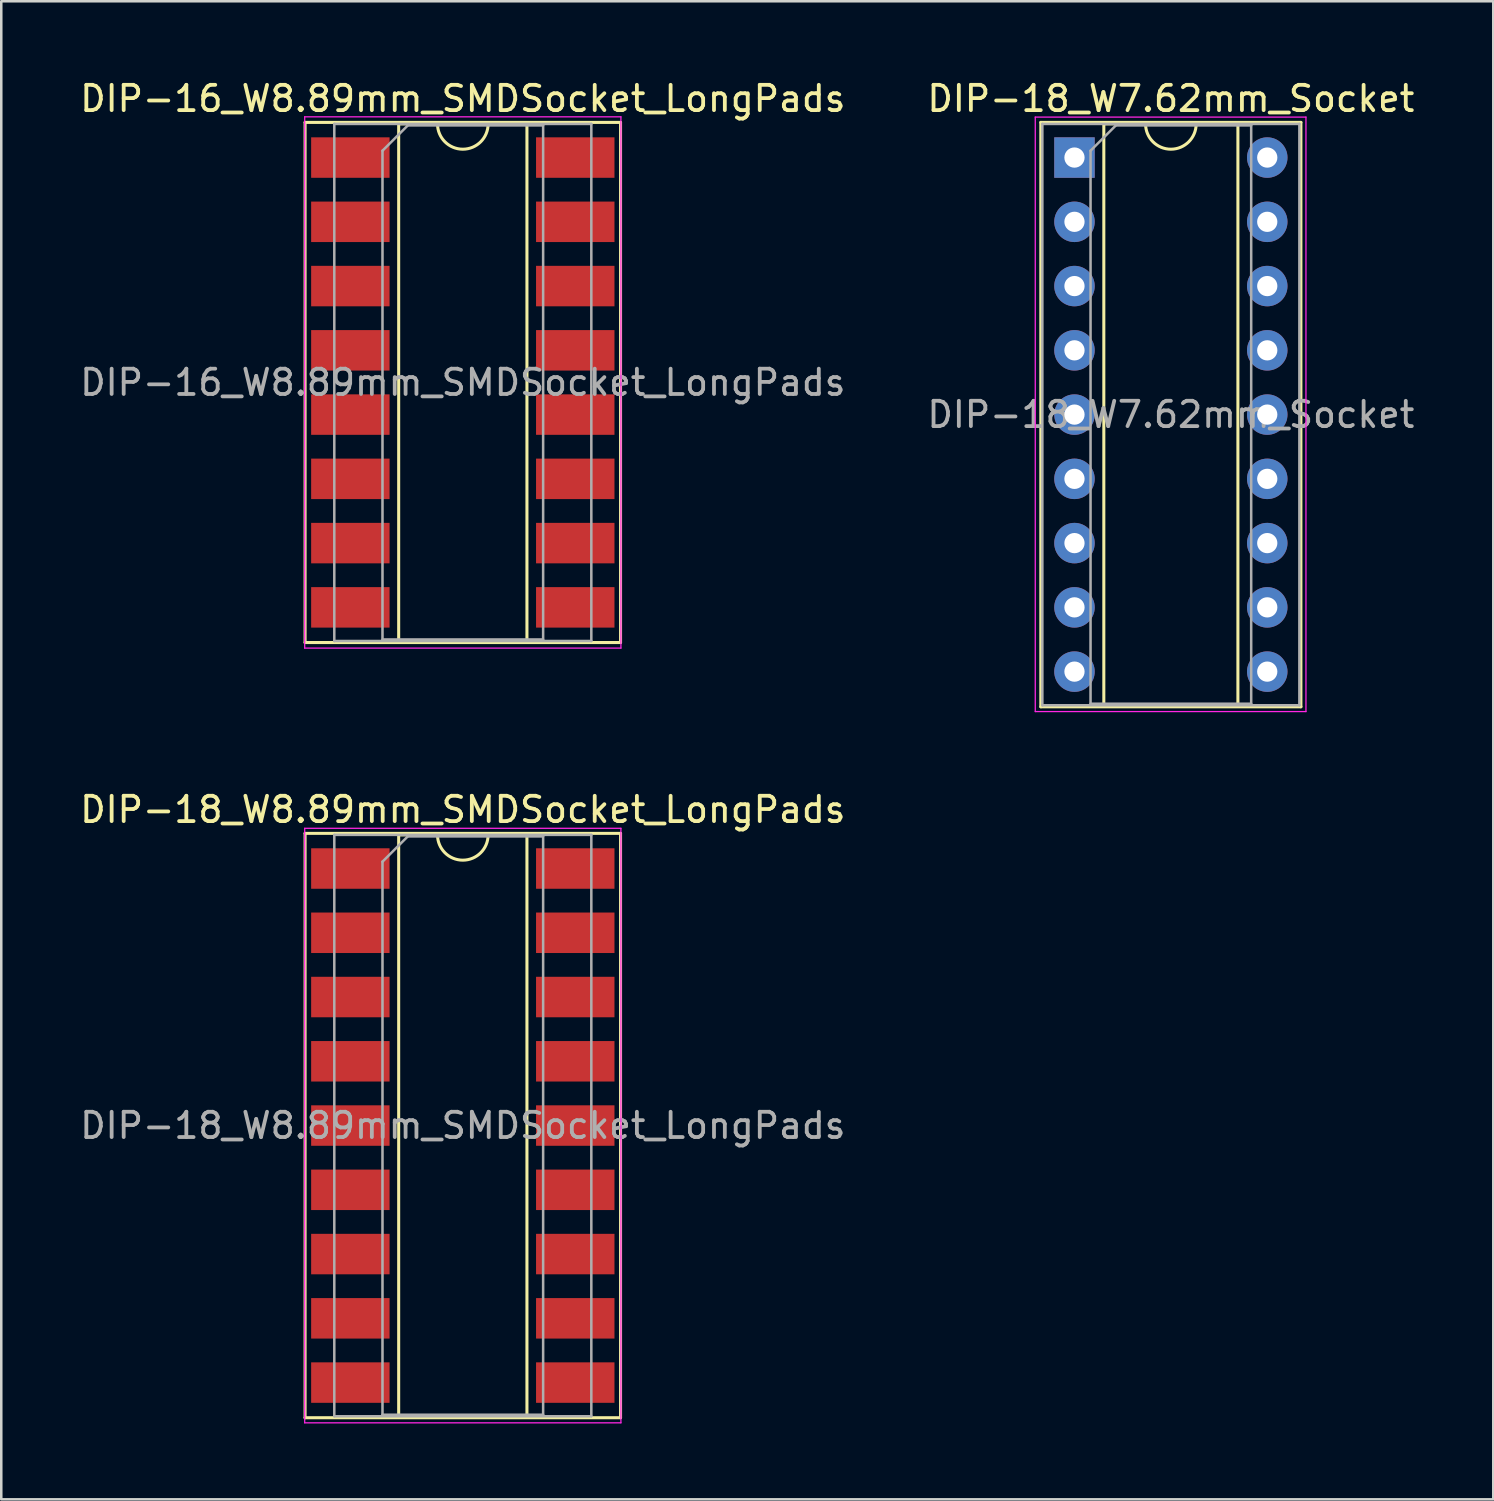
<source format=kicad_pcb>
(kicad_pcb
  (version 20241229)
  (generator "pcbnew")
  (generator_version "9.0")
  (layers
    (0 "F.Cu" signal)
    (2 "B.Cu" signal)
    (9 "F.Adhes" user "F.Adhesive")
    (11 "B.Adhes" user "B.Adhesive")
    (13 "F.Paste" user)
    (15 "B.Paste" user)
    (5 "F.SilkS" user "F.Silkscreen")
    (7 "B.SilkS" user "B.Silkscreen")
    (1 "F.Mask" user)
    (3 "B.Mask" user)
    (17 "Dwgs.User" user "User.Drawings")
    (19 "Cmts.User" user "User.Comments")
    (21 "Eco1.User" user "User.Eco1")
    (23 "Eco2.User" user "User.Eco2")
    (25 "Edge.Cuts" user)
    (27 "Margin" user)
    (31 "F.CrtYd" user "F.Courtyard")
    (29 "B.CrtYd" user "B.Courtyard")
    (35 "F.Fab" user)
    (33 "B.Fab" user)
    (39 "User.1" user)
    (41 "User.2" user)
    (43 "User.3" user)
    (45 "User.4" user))
  (footprint "DIP-16_W8.89mm_SMDSocket_LongPads"
    (layer "F.Cu")
    (at 15.244 12.068)
    (property "Reference" "DIP-16_W8.89mm_SMDSocket_LongPads" (at 0 -11.22 0) (layer "F.SilkS") (effects (font (size 1 1) (thickness 0.15))))
    (attr smd)
    (fp_line (start -6.235 -10.28) (end -6.235 10.28) (stroke (width 0.12) (type solid)) (layer "F.SilkS"))
    (fp_line (start -6.235 10.28) (end 6.235 10.28) (stroke (width 0.12) (type solid)) (layer "F.SilkS"))
    (fp_line (start -2.535 -10.22) (end -2.535 10.22) (stroke (width 0.12) (type solid)) (layer "F.SilkS"))
    (fp_line (start -2.535 10.22) (end 2.535 10.22) (stroke (width 0.12) (type solid)) (layer "F.SilkS"))
    (fp_line (start -1 -10.22) (end -2.535 -10.22) (stroke (width 0.12) (type solid)) (layer "F.SilkS"))
    (fp_line (start 2.535 -10.22) (end 1 -10.22) (stroke (width 0.12) (type solid)) (layer "F.SilkS"))
    (fp_line (start 2.535 10.22) (end 2.535 -10.22) (stroke (width 0.12) (type solid)) (layer "F.SilkS"))
    (fp_line (start 6.235 -10.28) (end -6.235 -10.28) (stroke (width 0.12) (type solid)) (layer "F.SilkS"))
    (fp_line (start 6.235 10.28) (end 6.235 -10.28) (stroke (width 0.12) (type solid)) (layer "F.SilkS"))
    (fp_arc (start 1 -10.22) (mid 0 -9.22) (end -1 -10.22) (stroke (width 0.12) (type solid)) (layer "F.SilkS"))
    (fp_line (start -6.25 -10.5) (end -6.25 10.5) (stroke (width 0.05) (type solid)) (layer "F.CrtYd"))
    (fp_line (start -6.25 10.5) (end 6.25 10.5) (stroke (width 0.05) (type solid)) (layer "F.CrtYd"))
    (fp_line (start 6.25 -10.5) (end -6.25 -10.5) (stroke (width 0.05) (type solid)) (layer "F.CrtYd"))
    (fp_line (start 6.25 10.5) (end 6.25 -10.5) (stroke (width 0.05) (type solid)) (layer "F.CrtYd"))
    (fp_line (start -5.08 -10.22) (end -5.08 10.22) (stroke (width 0.1) (type solid)) (layer "F.Fab"))
    (fp_line (start -5.08 10.22) (end 5.08 10.22) (stroke (width 0.1) (type solid)) (layer "F.Fab"))
    (fp_line (start -3.175 -9.16) (end -2.175 -10.16) (stroke (width 0.1) (type solid)) (layer "F.Fab"))
    (fp_line (start -3.175 10.16) (end -3.175 -9.16) (stroke (width 0.1) (type solid)) (layer "F.Fab"))
    (fp_line (start -2.175 -10.16) (end 3.175 -10.16) (stroke (width 0.1) (type solid)) (layer "F.Fab"))
    (fp_line (start 3.175 -10.16) (end 3.175 10.16) (stroke (width 0.1) (type solid)) (layer "F.Fab"))
    (fp_line (start 3.175 10.16) (end -3.175 10.16) (stroke (width 0.1) (type solid)) (layer "F.Fab"))
    (fp_line (start 5.08 -10.22) (end -5.08 -10.22) (stroke (width 0.1) (type solid)) (layer "F.Fab"))
    (fp_line (start 5.08 10.22) (end 5.08 -10.22) (stroke (width 0.1) (type solid)) (layer "F.Fab"))
    (fp_text user "${REFERENCE}" (at 0 0 0) (layer "F.Fab") (effects (font (size 1 1) (thickness 0.15))))
    (pad "1" smd rect (at -4.445 -8.89) (size 3.1 1.6) (layers "F.Cu" "F.Mask" "F.Paste"))
    (pad "2" smd rect (at -4.445 -6.35) (size 3.1 1.6) (layers "F.Cu" "F.Mask" "F.Paste"))
    (pad "3" smd rect (at -4.445 -3.81) (size 3.1 1.6) (layers "F.Cu" "F.Mask" "F.Paste"))
    (pad "4" smd rect (at -4.445 -1.27) (size 3.1 1.6) (layers "F.Cu" "F.Mask" "F.Paste"))
    (pad "5" smd rect (at -4.445 1.27) (size 3.1 1.6) (layers "F.Cu" "F.Mask" "F.Paste"))
    (pad "6" smd rect (at -4.445 3.81) (size 3.1 1.6) (layers "F.Cu" "F.Mask" "F.Paste"))
    (pad "7" smd rect (at -4.445 6.35) (size 3.1 1.6) (layers "F.Cu" "F.Mask" "F.Paste"))
    (pad "8" smd rect (at -4.445 8.89) (size 3.1 1.6) (layers "F.Cu" "F.Mask" "F.Paste"))
    (pad "9" smd rect (at 4.445 8.89) (size 3.1 1.6) (layers "F.Cu" "F.Mask" "F.Paste"))
    (pad "10" smd rect (at 4.445 6.35) (size 3.1 1.6) (layers "F.Cu" "F.Mask" "F.Paste"))
    (pad "11" smd rect (at 4.445 3.81) (size 3.1 1.6) (layers "F.Cu" "F.Mask" "F.Paste"))
    (pad "12" smd rect (at 4.445 1.27) (size 3.1 1.6) (layers "F.Cu" "F.Mask" "F.Paste"))
    (pad "13" smd rect (at 4.445 -1.27) (size 3.1 1.6) (layers "F.Cu" "F.Mask" "F.Paste"))
    (pad "14" smd rect (at 4.445 -3.81) (size 3.1 1.6) (layers "F.Cu" "F.Mask" "F.Paste"))
    (pad "15" smd rect (at 4.445 -6.35) (size 3.1 1.6) (layers "F.Cu" "F.Mask" "F.Paste"))
    (pad "16" smd rect (at 4.445 -8.89) (size 3.1 1.6) (layers "F.Cu" "F.Mask" "F.Paste")))
  (footprint "DIP-18_W7.62mm_Socket"
    (layer "F.Cu")
    (at 39.422 3.178)
    (property "Reference" "DIP-18_W7.62mm_Socket" (at 3.81 -2.33 0) (layer "F.SilkS") (effects (font (size 1 1) (thickness 0.15))))
    (attr through_hole)
    (fp_line (start -1.33 -1.39) (end -1.33 21.71) (stroke (width 0.12) (type solid)) (layer "F.SilkS"))
    (fp_line (start -1.33 21.71) (end 8.95 21.71) (stroke (width 0.12) (type solid)) (layer "F.SilkS"))
    (fp_line (start 1.16 -1.33) (end 1.16 21.65) (stroke (width 0.12) (type solid)) (layer "F.SilkS"))
    (fp_line (start 1.16 21.65) (end 6.46 21.65) (stroke (width 0.12) (type solid)) (layer "F.SilkS"))
    (fp_line (start 2.81 -1.33) (end 1.16 -1.33) (stroke (width 0.12) (type solid)) (layer "F.SilkS"))
    (fp_line (start 6.46 -1.33) (end 4.81 -1.33) (stroke (width 0.12) (type solid)) (layer "F.SilkS"))
    (fp_line (start 6.46 21.65) (end 6.46 -1.33) (stroke (width 0.12) (type solid)) (layer "F.SilkS"))
    (fp_line (start 8.95 -1.39) (end -1.33 -1.39) (stroke (width 0.12) (type solid)) (layer "F.SilkS"))
    (fp_line (start 8.95 21.71) (end 8.95 -1.39) (stroke (width 0.12) (type solid)) (layer "F.SilkS"))
    (fp_arc (start 4.81 -1.33) (mid 3.81 -0.33) (end 2.81 -1.33) (stroke (width 0.12) (type solid)) (layer "F.SilkS"))
    (fp_line (start -1.55 -1.6) (end -1.55 21.9) (stroke (width 0.05) (type solid)) (layer "F.CrtYd"))
    (fp_line (start -1.55 21.9) (end 9.15 21.9) (stroke (width 0.05) (type solid)) (layer "F.CrtYd"))
    (fp_line (start 9.15 -1.6) (end -1.55 -1.6) (stroke (width 0.05) (type solid)) (layer "F.CrtYd"))
    (fp_line (start 9.15 21.9) (end 9.15 -1.6) (stroke (width 0.05) (type solid)) (layer "F.CrtYd"))
    (fp_line (start -1.27 -1.33) (end -1.27 21.65) (stroke (width 0.1) (type solid)) (layer "F.Fab"))
    (fp_line (start -1.27 21.65) (end 8.89 21.65) (stroke (width 0.1) (type solid)) (layer "F.Fab"))
    (fp_line (start 0.635 -0.27) (end 1.635 -1.27) (stroke (width 0.1) (type solid)) (layer "F.Fab"))
    (fp_line (start 0.635 21.59) (end 0.635 -0.27) (stroke (width 0.1) (type solid)) (layer "F.Fab"))
    (fp_line (start 1.635 -1.27) (end 6.985 -1.27) (stroke (width 0.1) (type solid)) (layer "F.Fab"))
    (fp_line (start 6.985 -1.27) (end 6.985 21.59) (stroke (width 0.1) (type solid)) (layer "F.Fab"))
    (fp_line (start 6.985 21.59) (end 0.635 21.59) (stroke (width 0.1) (type solid)) (layer "F.Fab"))
    (fp_line (start 8.89 -1.33) (end -1.27 -1.33) (stroke (width 0.1) (type solid)) (layer "F.Fab"))
    (fp_line (start 8.89 21.65) (end 8.89 -1.33) (stroke (width 0.1) (type solid)) (layer "F.Fab"))
    (fp_text user "${REFERENCE}" (at 3.81 10.16 0) (layer "F.Fab") (effects (font (size 1 1) (thickness 0.15))))
    (pad "1" thru_hole rect (at 0 0) (size 1.6 1.6) (drill 0.8) (layers "*.Cu" "*.Mask"))
    (pad "2" thru_hole oval (at 0 2.54) (size 1.6 1.6) (drill 0.8) (layers "*.Cu" "*.Mask"))
    (pad "3" thru_hole oval (at 0 5.08) (size 1.6 1.6) (drill 0.8) (layers "*.Cu" "*.Mask"))
    (pad "4" thru_hole oval (at 0 7.62) (size 1.6 1.6) (drill 0.8) (layers "*.Cu" "*.Mask"))
    (pad "5" thru_hole oval (at 0 10.16) (size 1.6 1.6) (drill 0.8) (layers "*.Cu" "*.Mask"))
    (pad "6" thru_hole oval (at 0 12.7) (size 1.6 1.6) (drill 0.8) (layers "*.Cu" "*.Mask"))
    (pad "7" thru_hole oval (at 0 15.24) (size 1.6 1.6) (drill 0.8) (layers "*.Cu" "*.Mask"))
    (pad "8" thru_hole oval (at 0 17.78) (size 1.6 1.6) (drill 0.8) (layers "*.Cu" "*.Mask"))
    (pad "9" thru_hole oval (at 0 20.32) (size 1.6 1.6) (drill 0.8) (layers "*.Cu" "*.Mask"))
    (pad "10" thru_hole oval (at 7.62 20.32) (size 1.6 1.6) (drill 0.8) (layers "*.Cu" "*.Mask"))
    (pad "11" thru_hole oval (at 7.62 17.78) (size 1.6 1.6) (drill 0.8) (layers "*.Cu" "*.Mask"))
    (pad "12" thru_hole oval (at 7.62 15.24) (size 1.6 1.6) (drill 0.8) (layers "*.Cu" "*.Mask"))
    (pad "13" thru_hole oval (at 7.62 12.7) (size 1.6 1.6) (drill 0.8) (layers "*.Cu" "*.Mask"))
    (pad "14" thru_hole oval (at 7.62 10.16) (size 1.6 1.6) (drill 0.8) (layers "*.Cu" "*.Mask"))
    (pad "15" thru_hole oval (at 7.62 7.62) (size 1.6 1.6) (drill 0.8) (layers "*.Cu" "*.Mask"))
    (pad "16" thru_hole oval (at 7.62 5.08) (size 1.6 1.6) (drill 0.8) (layers "*.Cu" "*.Mask"))
    (pad "17" thru_hole oval (at 7.62 2.54) (size 1.6 1.6) (drill 0.8) (layers "*.Cu" "*.Mask"))
    (pad "18" thru_hole oval (at 7.62 0) (size 1.6 1.6) (drill 0.8) (layers "*.Cu" "*.Mask")))
  (footprint "DIP-18_W8.89mm_SMDSocket_LongPads"
    (layer "F.Cu")
    (at 15.244 41.441)
    (property "Reference" "DIP-18_W8.89mm_SMDSocket_LongPads" (at 0 -12.49 0) (layer "F.SilkS") (effects (font (size 1 1) (thickness 0.15))))
    (attr smd)
    (fp_line (start -6.235 -11.55) (end -6.235 11.55) (stroke (width 0.12) (type solid)) (layer "F.SilkS"))
    (fp_line (start -6.235 11.55) (end 6.235 11.55) (stroke (width 0.12) (type solid)) (layer "F.SilkS"))
    (fp_line (start -2.535 -11.49) (end -2.535 11.49) (stroke (width 0.12) (type solid)) (layer "F.SilkS"))
    (fp_line (start -2.535 11.49) (end 2.535 11.49) (stroke (width 0.12) (type solid)) (layer "F.SilkS"))
    (fp_line (start -1 -11.49) (end -2.535 -11.49) (stroke (width 0.12) (type solid)) (layer "F.SilkS"))
    (fp_line (start 2.535 -11.49) (end 1 -11.49) (stroke (width 0.12) (type solid)) (layer "F.SilkS"))
    (fp_line (start 2.535 11.49) (end 2.535 -11.49) (stroke (width 0.12) (type solid)) (layer "F.SilkS"))
    (fp_line (start 6.235 -11.55) (end -6.235 -11.55) (stroke (width 0.12) (type solid)) (layer "F.SilkS"))
    (fp_line (start 6.235 11.55) (end 6.235 -11.55) (stroke (width 0.12) (type solid)) (layer "F.SilkS"))
    (fp_arc (start 1 -11.49) (mid 0 -10.49) (end -1 -11.49) (stroke (width 0.12) (type solid)) (layer "F.SilkS"))
    (fp_line (start -6.25 -11.75) (end -6.25 11.75) (stroke (width 0.05) (type solid)) (layer "F.CrtYd"))
    (fp_line (start -6.25 11.75) (end 6.25 11.75) (stroke (width 0.05) (type solid)) (layer "F.CrtYd"))
    (fp_line (start 6.25 -11.75) (end -6.25 -11.75) (stroke (width 0.05) (type solid)) (layer "F.CrtYd"))
    (fp_line (start 6.25 11.75) (end 6.25 -11.75) (stroke (width 0.05) (type solid)) (layer "F.CrtYd"))
    (fp_line (start -5.08 -11.49) (end -5.08 11.49) (stroke (width 0.1) (type solid)) (layer "F.Fab"))
    (fp_line (start -5.08 11.49) (end 5.08 11.49) (stroke (width 0.1) (type solid)) (layer "F.Fab"))
    (fp_line (start -3.175 -10.43) (end -2.175 -11.43) (stroke (width 0.1) (type solid)) (layer "F.Fab"))
    (fp_line (start -3.175 11.43) (end -3.175 -10.43) (stroke (width 0.1) (type solid)) (layer "F.Fab"))
    (fp_line (start -2.175 -11.43) (end 3.175 -11.43) (stroke (width 0.1) (type solid)) (layer "F.Fab"))
    (fp_line (start 3.175 -11.43) (end 3.175 11.43) (stroke (width 0.1) (type solid)) (layer "F.Fab"))
    (fp_line (start 3.175 11.43) (end -3.175 11.43) (stroke (width 0.1) (type solid)) (layer "F.Fab"))
    (fp_line (start 5.08 -11.49) (end -5.08 -11.49) (stroke (width 0.1) (type solid)) (layer "F.Fab"))
    (fp_line (start 5.08 11.49) (end 5.08 -11.49) (stroke (width 0.1) (type solid)) (layer "F.Fab"))
    (fp_text user "${REFERENCE}" (at 0 0 0) (layer "F.Fab") (effects (font (size 1 1) (thickness 0.15))))
    (pad "1" smd rect (at -4.445 -10.16) (size 3.1 1.6) (layers "F.Cu" "F.Mask" "F.Paste"))
    (pad "2" smd rect (at -4.445 -7.62) (size 3.1 1.6) (layers "F.Cu" "F.Mask" "F.Paste"))
    (pad "3" smd rect (at -4.445 -5.08) (size 3.1 1.6) (layers "F.Cu" "F.Mask" "F.Paste"))
    (pad "4" smd rect (at -4.445 -2.54) (size 3.1 1.6) (layers "F.Cu" "F.Mask" "F.Paste"))
    (pad "5" smd rect (at -4.445 0) (size 3.1 1.6) (layers "F.Cu" "F.Mask" "F.Paste"))
    (pad "6" smd rect (at -4.445 2.54) (size 3.1 1.6) (layers "F.Cu" "F.Mask" "F.Paste"))
    (pad "7" smd rect (at -4.445 5.08) (size 3.1 1.6) (layers "F.Cu" "F.Mask" "F.Paste"))
    (pad "8" smd rect (at -4.445 7.62) (size 3.1 1.6) (layers "F.Cu" "F.Mask" "F.Paste"))
    (pad "9" smd rect (at -4.445 10.16) (size 3.1 1.6) (layers "F.Cu" "F.Mask" "F.Paste"))
    (pad "10" smd rect (at 4.445 10.16) (size 3.1 1.6) (layers "F.Cu" "F.Mask" "F.Paste"))
    (pad "11" smd rect (at 4.445 7.62) (size 3.1 1.6) (layers "F.Cu" "F.Mask" "F.Paste"))
    (pad "12" smd rect (at 4.445 5.08) (size 3.1 1.6) (layers "F.Cu" "F.Mask" "F.Paste"))
    (pad "13" smd rect (at 4.445 2.54) (size 3.1 1.6) (layers "F.Cu" "F.Mask" "F.Paste"))
    (pad "14" smd rect (at 4.445 0) (size 3.1 1.6) (layers "F.Cu" "F.Mask" "F.Paste"))
    (pad "15" smd rect (at 4.445 -2.54) (size 3.1 1.6) (layers "F.Cu" "F.Mask" "F.Paste"))
    (pad "16" smd rect (at 4.445 -5.08) (size 3.1 1.6) (layers "F.Cu" "F.Mask" "F.Paste"))
    (pad "17" smd rect (at 4.445 -7.62) (size 3.1 1.6) (layers "F.Cu" "F.Mask" "F.Paste"))
    (pad "18" smd rect (at 4.445 -10.16) (size 3.1 1.6) (layers "F.Cu" "F.Mask" "F.Paste")))
  (gr_rect
    (start -3 -3)
    (end 55.976 56.217)
    (stroke (width 0.1) (type default))
    (fill no)
    (layer "Edge.Cuts")))
</source>
